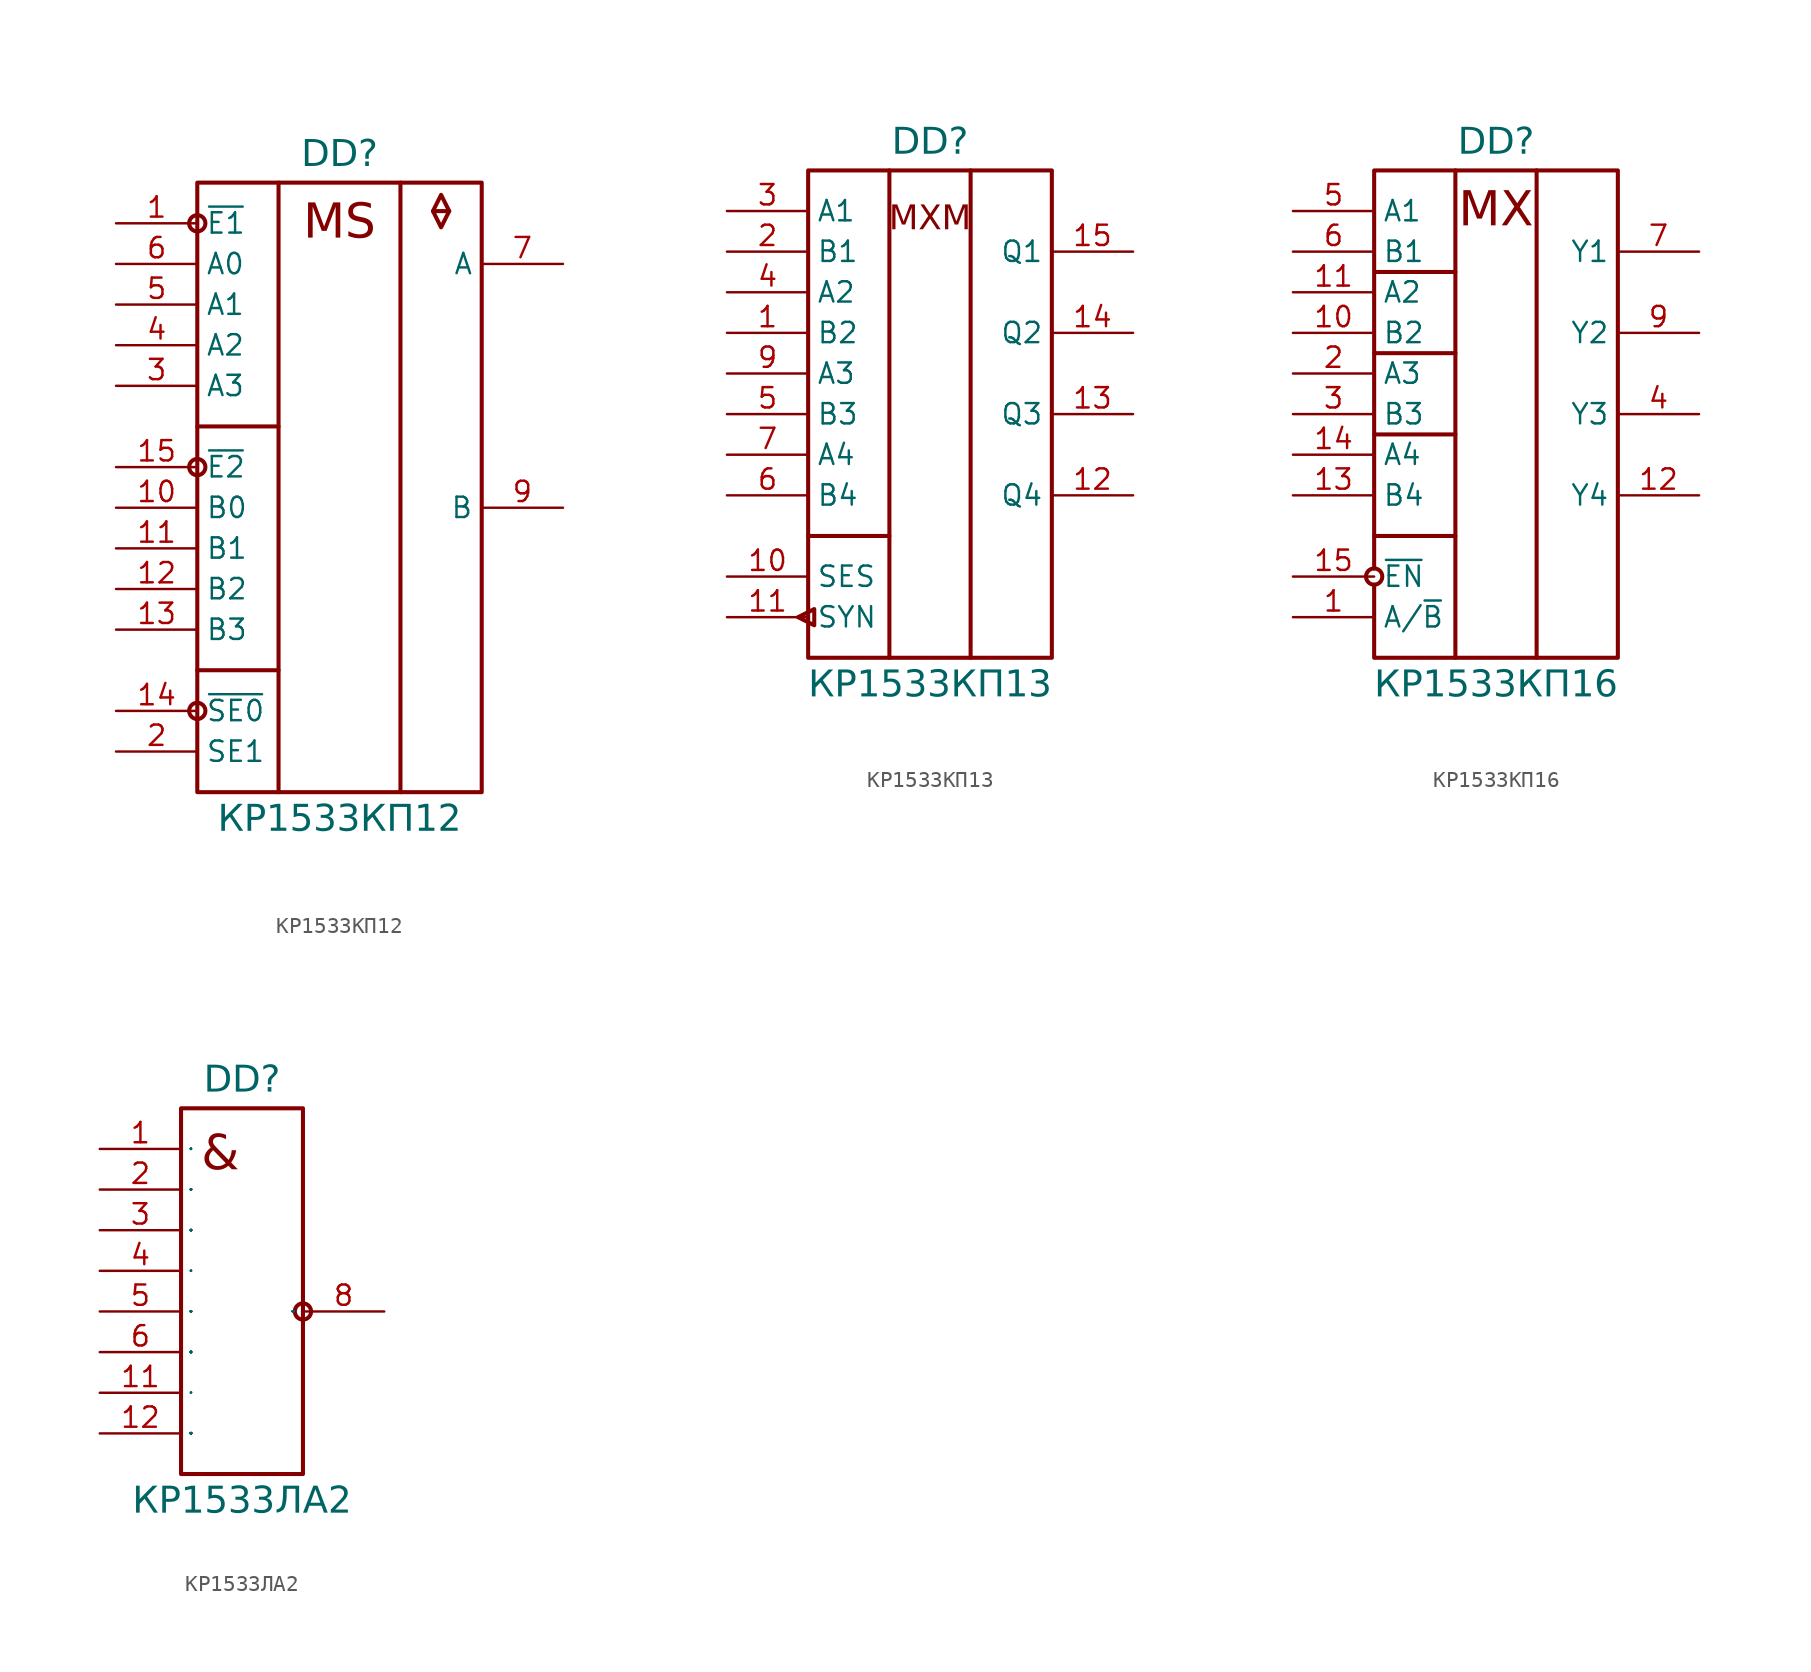
<source format=kicad_sym>
(kicad_symbol_lib
  (version 20241209)
  (generator "kicad_symbol_editor")
  (generator_version "9.0")
  (symbol "КР1533КП12"
    (property "Reference" "DD"
      (at 13.97 3.302 0)
      (do_not_autoplace)
      (effects (font (face "Input Sans Condensed") (size 1.651 1.651)) (justify bottom)))
    (property "Value" "КР1533КП12"
      (at 13.97 -36.322 0)
      (do_not_autoplace)
      (effects (font (face "Input Sans Condensed") (size 1.651 1.651)) (justify top)))
    (symbol "КР1533КП12_0_0"
      (rectangle (start 5.08 2.54) (end 10.16 -35.56) (stroke (width 0.254) (type solid)) (fill (type none)))
      (circle (center 5.08 0) (radius 0.508) (stroke (width 0.254) (type solid)) (fill (type color) (color 255 255 255 1)))
      (polyline (pts (xy 5.08 -12.7) (xy 10.16 -12.7)) (stroke (width 0.254) (type solid)) (fill (type none)))
      (circle (center 5.08 -15.24) (radius 0.508) (stroke (width 0.254) (type solid)) (fill (type color) (color 255 255 255 1)))
      (polyline (pts (xy 5.08 -27.94) (xy 10.16 -27.94)) (stroke (width 0.254) (type solid)) (fill (type none)))
      (circle (center 5.08 -30.48) (radius 0.508) (stroke (width 0.254) (type solid)) (fill (type color) (color 255 255 255 1)))
      (polyline (pts (xy 10.16 2.54) (xy 17.78 2.54)) (stroke (width 0.254) (type solid)) (fill (type none)))
      (polyline (pts (xy 10.16 -35.56) (xy 17.78 -35.56)) (stroke (width 0.254) (type solid)) (fill (type none)))
      (rectangle (start 17.78 2.54) (end 22.86 -35.56) (stroke (width 0.254) (type solid)) (fill (type none)))
      (polyline (pts (xy 19.812 0.762) (xy 20.828 0.762)) (stroke (width 0.254) (type solid)) (fill (type none)))
      (polyline (pts (xy 20.32 1.778) (xy 19.812 0.762) (xy 20.32 -0.254) (xy 20.828 0.762) (xy 20.32 1.778)) (stroke (width 0.254) (type solid)) (fill (type none))))
    (symbol "КР1533КП12_1_0"
      (pin input line (at 0 0 0) (length 5.08) (name "~{E1}" (effects (font (size 1.27 1.27)))) (number "1" (effects (font (size 1.27 1.27)))))
      (pin input line (at 0 -2.54 0) (length 5.08) (name "A0" (effects (font (size 1.27 1.27)))) (number "6" (effects (font (size 1.27 1.27)))))
      (pin input line (at 0 -5.08 0) (length 5.08) (name "A1" (effects (font (size 1.27 1.27)))) (number "5" (effects (font (size 1.27 1.27)))))
      (pin input line (at 0 -7.62 0) (length 5.08) (name "A2" (effects (font (size 1.27 1.27)))) (number "4" (effects (font (size 1.27 1.27)))))
      (pin input line (at 0 -10.16 0) (length 5.08) (name "A3" (effects (font (size 1.27 1.27)))) (number "3" (effects (font (size 1.27 1.27)))))
      (pin input line (at 0 -15.24 0) (length 5.08) (name "~{E2}" (effects (font (size 1.27 1.27)))) (number "15" (effects (font (size 1.27 1.27)))))
      (pin input line (at 0 -17.78 0) (length 5.08) (name "B0" (effects (font (size 1.27 1.27)))) (number "10" (effects (font (size 1.27 1.27)))))
      (pin input line (at 0 -20.32 0) (length 5.08) (name "B1" (effects (font (size 1.27 1.27)))) (number "11" (effects (font (size 1.27 1.27)))))
      (pin input line (at 0 -22.86 0) (length 5.08) (name "B2" (effects (font (size 1.27 1.27)))) (number "12" (effects (font (size 1.27 1.27)))))
      (pin input line (at 0 -25.4 0) (length 5.08) (name "B3" (effects (font (size 1.27 1.27)))) (number "13" (effects (font (size 1.27 1.27)))))
      (pin input line (at 0 -30.48 0) (length 5.08) (name "~{SE0}" (effects (font (size 1.27 1.27)))) (number "14" (effects (font (size 1.27 1.27)))))
      (pin input line (at 0 -33.02 0) (length 5.08) (name "SE1" (effects (font (size 1.27 1.27)))) (number "2" (effects (font (size 1.27 1.27)))))
      (pin power_in line (at 25.4 -30.48 180) (length 2.54) (hide yes) (name "VCC" (effects (font (size 0.635 0.635)))) (number "16" (effects (font (size 0.635 0.635)))))
      (pin power_in line (at 25.4 -33.02 180) (length 2.54) (hide yes) (name "GND" (effects (font (size 0.635 0.635)))) (number "8" (effects (font (size 0.635 0.635)))))
      (pin tri_state line (at 27.94 -2.54 180) (length 5.08) (name "A" (effects (font (size 1.27 1.27)))) (number "7" (effects (font (size 1.27 1.27)))))
      (pin tri_state line (at 27.94 -17.78 180) (length 5.08) (name "B" (effects (font (size 1.27 1.27)))) (number "9" (effects (font (size 1.27 1.27))))))
    (symbol "КР1533КП12_1_1"
      (text "MS" (at 13.97 0 0) (effects (font (face "Input Sans Condensed") (size 2.159 2.159))))))
  (symbol "КР1533КП13"
    (property "Reference" "DD"
      (at 12.7 3.302 0)
      (do_not_autoplace)
      (effects (font (face "Input Sans Condensed") (size 1.651 1.651)) (justify bottom)))
    (property "Value" "КР1533КП13"
      (at 12.7 -28.702 0)
      (do_not_autoplace)
      (effects (font (face "Input Sans Condensed") (size 1.651 1.651)) (justify top)))
    (symbol "КР1533КП13_0_0"
      (rectangle (start 5.08 2.54) (end 20.32 -27.94) (stroke (width 0.254) (type solid)) (fill (type none)))
      (polyline (pts (xy 5.08 -20.32) (xy 10.16 -20.32)) (stroke (width 0.254) (type solid)) (fill (type none)))
      (polyline (pts (xy 10.16 2.54) (xy 10.16 -27.94)) (stroke (width 0.254) (type solid)) (fill (type none)))
      (polyline (pts (xy 15.24 2.54) (xy 15.24 -27.94)) (stroke (width 0.254) (type solid)) (fill (type none)))
      (pin input line (at 0 -22.86 0) (length 5.08) (name "SES" (effects (font (size 1.27 1.27)))) (number "10" (effects (font (size 1.27 1.27)))))
      (pin input line (at 0 -25.4 0) (length 5.08) (name "SYN" (effects (font (size 1.27 1.27)))) (number "11" (effects (font (size 1.27 1.27))))))
    (symbol "КР1533КП13_0_1"
      (polyline (pts (xy 4.445 -25.4) (xy 5.461 -24.892) (xy 5.461 -25.908) (xy 4.445 -25.4)) (stroke (width 0.254) (type default)) (fill (type color) (color 255 255 255 1))))
    (symbol "КР1533КП13_1_0"
      (pin input line (at 0 0 0) (length 5.08) (name "A1" (effects (font (size 1.27 1.27)))) (number "3" (effects (font (size 1.27 1.27)))))
      (pin input line (at 0 -2.54 0) (length 5.08) (name "B1" (effects (font (size 1.27 1.27)))) (number "2" (effects (font (size 1.27 1.27)))))
      (pin input line (at 0 -5.08 0) (length 5.08) (name "A2" (effects (font (size 1.27 1.27)))) (number "4" (effects (font (size 1.27 1.27)))))
      (pin input line (at 0 -7.62 0) (length 5.08) (name "B2" (effects (font (size 1.27 1.27)))) (number "1" (effects (font (size 1.27 1.27)))))
      (pin input line (at 0 -10.16 0) (length 5.08) (name "A3" (effects (font (size 1.27 1.27)))) (number "9" (effects (font (size 1.27 1.27)))))
      (pin input line (at 0 -12.7 0) (length 5.08) (name "B3" (effects (font (size 1.27 1.27)))) (number "5" (effects (font (size 1.27 1.27)))))
      (pin input line (at 0 -15.24 0) (length 5.08) (name "A4" (effects (font (size 1.27 1.27)))) (number "7" (effects (font (size 1.27 1.27)))))
      (pin input line (at 0 -17.78 0) (length 5.08) (name "B4" (effects (font (size 1.27 1.27)))) (number "6" (effects (font (size 1.27 1.27)))))
      (pin power_in line (at 22.86 -22.86 180) (length 2.54) (hide yes) (name "VCC" (effects (font (size 0.635 0.635)))) (number "16" (effects (font (size 0.635 0.635)))))
      (pin power_in line (at 22.86 -25.4 180) (length 2.54) (hide yes) (name "GND" (effects (font (size 0.635 0.635)))) (number "8" (effects (font (size 0.635 0.635)))))
      (pin output line (at 25.4 -2.54 180) (length 5.08) (name "Q1" (effects (font (size 1.27 1.27)))) (number "15" (effects (font (size 1.27 1.27)))))
      (pin output line (at 25.4 -7.62 180) (length 5.08) (name "Q2" (effects (font (size 1.27 1.27)))) (number "14" (effects (font (size 1.27 1.27)))))
      (pin output line (at 25.4 -12.7 180) (length 5.08) (name "Q3" (effects (font (size 1.27 1.27)))) (number "13" (effects (font (size 1.27 1.27)))))
      (pin output line (at 25.4 -17.78 180) (length 5.08) (name "Q4" (effects (font (size 1.27 1.27)))) (number "12" (effects (font (size 1.27 1.27))))))
    (symbol "КР1533КП13_1_1"
      (text "MXM" (at 12.7 -0.508 0) (effects (font (face "Input Sans Condensed") (size 1.524 1.524))))))
  (symbol "КР1533КП16"
    (property "Reference" "DD"
      (at 12.7 3.302 0)
      (do_not_autoplace)
      (effects (font (face "Input Sans Condensed") (size 1.651 1.651)) (justify bottom)))
    (property "Value" "КР1533КП16"
      (at 12.7 -28.702 0)
      (do_not_autoplace)
      (effects (font (face "Input Sans Condensed") (size 1.651 1.651)) (justify top)))
    (symbol "КР1533КП16_0_0"
      (circle (center 5.08 -22.86) (radius 0.508) (stroke (width 0.254) (type solid)) (fill (type color) (color 255 255 255 1)))
      (polyline (pts (xy 10.16 2.54) (xy 10.16 -27.94)) (stroke (width 0.254) (type solid)) (fill (type none)))
      (polyline (pts (xy 15.24 2.54) (xy 15.24 -27.94)) (stroke (width 0.254) (type solid)) (fill (type none)))
      (pin input line (at 0 -2.54 0) (length 5.08) (name "B1" (effects (font (size 1.27 1.27)))) (number "6" (effects (font (size 1.27 1.27)))))
      (pin input line (at 0 -5.08 0) (length 5.08) (name "A2" (effects (font (size 1.27 1.27)))) (number "11" (effects (font (size 1.27 1.27))))))
    (symbol "КР1533КП16_0_1"
      (polyline (pts (xy 5.08 -8.89) (xy 10.16 -8.89)) (stroke (width 0.254) (type default)) (fill (type none)))
      (polyline (pts (xy 5.08 -13.97) (xy 10.16 -13.97)) (stroke (width 0.254) (type default)) (fill (type none)))
      (polyline (pts (xy 5.08 -20.32) (xy 10.16 -20.32)) (stroke (width 0.254) (type default)) (fill (type none)))
      (polyline (pts (xy 5.08 -23.368) (xy 5.08 -27.94) (xy 19.05 -27.94) (xy 20.32 -27.94) (xy 20.32 2.54) (xy 5.08 2.54) (xy 5.08 -22.352)) (stroke (width 0.254) (type default)) (fill (type none)))
      (polyline (pts (xy 5.207 -3.81) (xy 10.16 -3.81)) (stroke (width 0.254) (type default)) (fill (type none))))
    (symbol "КР1533КП16_1_0"
      (pin input line (at 0 0 0) (length 5.08) (name "A1" (effects (font (size 1.27 1.27)))) (number "5" (effects (font (size 1.27 1.27)))))
      (pin input line (at 0 -7.62 0) (length 5.08) (name "B2" (effects (font (size 1.27 1.27)))) (number "10" (effects (font (size 1.27 1.27)))))
      (pin input line (at 0 -10.16 0) (length 5.08) (name "A3" (effects (font (size 1.27 1.27)))) (number "2" (effects (font (size 1.27 1.27)))))
      (pin input line (at 0 -12.7 0) (length 5.08) (name "B3" (effects (font (size 1.27 1.27)))) (number "3" (effects (font (size 1.27 1.27)))))
      (pin input line (at 0 -15.24 0) (length 5.08) (name "A4" (effects (font (size 1.27 1.27)))) (number "14" (effects (font (size 1.27 1.27)))))
      (pin input line (at 0 -17.78 0) (length 5.08) (name "B4" (effects (font (size 1.27 1.27)))) (number "13" (effects (font (size 1.27 1.27)))))
      (pin input line (at 0 -22.86 0) (length 5.08) (name "~{EN}" (effects (font (size 1.27 1.27)))) (number "15" (effects (font (size 1.27 1.27)))))
      (pin input line (at 0 -25.4 0) (length 5.08) (name "A/~{B}" (effects (font (size 1.27 1.27)))) (number "1" (effects (font (size 1.27 1.27)))))
      (pin power_in line (at 21.59 -22.86 180) (length 1.27) (hide yes) (name "VCC" (effects (font (size 1.27 1.27)))) (number "16" (effects (font (size 0.635 0.635)))))
      (pin power_in line (at 21.59 -25.4 180) (length 1.27) (hide yes) (name "GND" (effects (font (size 1.27 1.27)))) (number "8" (effects (font (size 0.635 0.635)))))
      (pin output line (at 25.4 -2.54 180) (length 5.08) (name "Y1" (effects (font (size 1.27 1.27)))) (number "7" (effects (font (size 1.27 1.27)))))
      (pin output line (at 25.4 -7.62 180) (length 5.08) (name "Y2" (effects (font (size 1.27 1.27)))) (number "9" (effects (font (size 1.27 1.27)))))
      (pin output line (at 25.4 -12.7 180) (length 5.08) (name "Y3" (effects (font (size 1.27 1.27)))) (number "4" (effects (font (size 1.27 1.27)))))
      (pin output line (at 25.4 -17.78 180) (length 5.08) (name "Y4" (effects (font (size 1.27 1.27)))) (number "12" (effects (font (size 1.27 1.27))))))
    (symbol "КР1533КП16_1_1"
      (text "MX" (at 12.7 0 0) (effects (font (face "Input Sans Condensed") (size 2.159 2.159))))))
  (symbol "КР1533ЛА2"
    (property "Reference" "DD"
      (at 8.89 3.302 0)
      (do_not_autoplace)
      (effects (font (face "Input Sans Condensed") (size 1.651 1.651)) (justify bottom)))
    (property "Value" "КР1533ЛА2"
      (at 8.89 -21.082 0)
      (do_not_autoplace)
      (effects (font (face "Input Sans Condensed") (size 1.651 1.651)) (justify top)))
    (symbol "КР1533ЛА2_0_0"
      (rectangle (start 5.08 2.54) (end 12.7 -20.32) (stroke (width 0.254) (type solid)) (fill (type none)))
      (circle (center 12.7 -10.16) (radius 0.508) (stroke (width 0.254) (type solid)) (fill (type color) (color 255 255 255 1)))
      (text "&" (at 6.35 0.902 0) (effects (font (face "Input Sans Condensed") (size 2.172 2.172)) (justify left top)))
      (pin input line (at 0 0 0) (length 5.08) (name "1" (effects (font (size 0.025 0.025)))) (number "1" (effects (font (size 1.27 1.27)))))
      (pin input line (at 0 -2.54 0) (length 5.08) (name "2" (effects (font (size 0.025 0.025)))) (number "2" (effects (font (size 1.27 1.27)))))
      (pin input line (at 0 -5.08 0) (length 5.08) (name "3" (effects (font (size 0.025 0.025)))) (number "3" (effects (font (size 1.27 1.27)))))
      (pin input line (at 0 -7.62 0) (length 5.08) (name "4" (effects (font (size 0.025 0.025)))) (number "4" (effects (font (size 1.27 1.27)))))
      (pin input line (at 0 -10.16 0) (length 5.08) (name "5" (effects (font (size 0.025 0.025)))) (number "5" (effects (font (size 1.27 1.27)))))
      (pin input line (at 0 -12.7 0) (length 5.08) (name "6" (effects (font (size 0.025 0.025)))) (number "6" (effects (font (size 1.27 1.27)))))
      (pin input line (at 0 -15.24 0) (length 5.08) (name "7" (effects (font (size 0.025 0.025)))) (number "11" (effects (font (size 1.27 1.27)))))
      (pin input line (at 0 -17.78 0) (length 5.08) (name "8" (effects (font (size 0.025 0.025)))) (number "12" (effects (font (size 1.27 1.27))))))
    (symbol "КР1533ЛА2_1_0"
      (pin power_in line (at 15.24 -15.24 180) (length 2.54) (hide yes) (name "VCC" (effects (font (size 1.27 1.27)))) (number "14" (effects (font (size 1.27 1.27)))))
      (pin power_in line (at 15.24 -17.78 180) (length 2.54) (hide yes) (name "GND" (effects (font (size 1.27 1.27)))) (number "7" (effects (font (size 1.27 1.27)))))
      (pin output line (at 17.78 -10.16 180) (length 5.08) (name "8" (effects (font (size 0.025 0.025)))) (number "8" (effects (font (size 1.27 1.27))))))))
</source>
